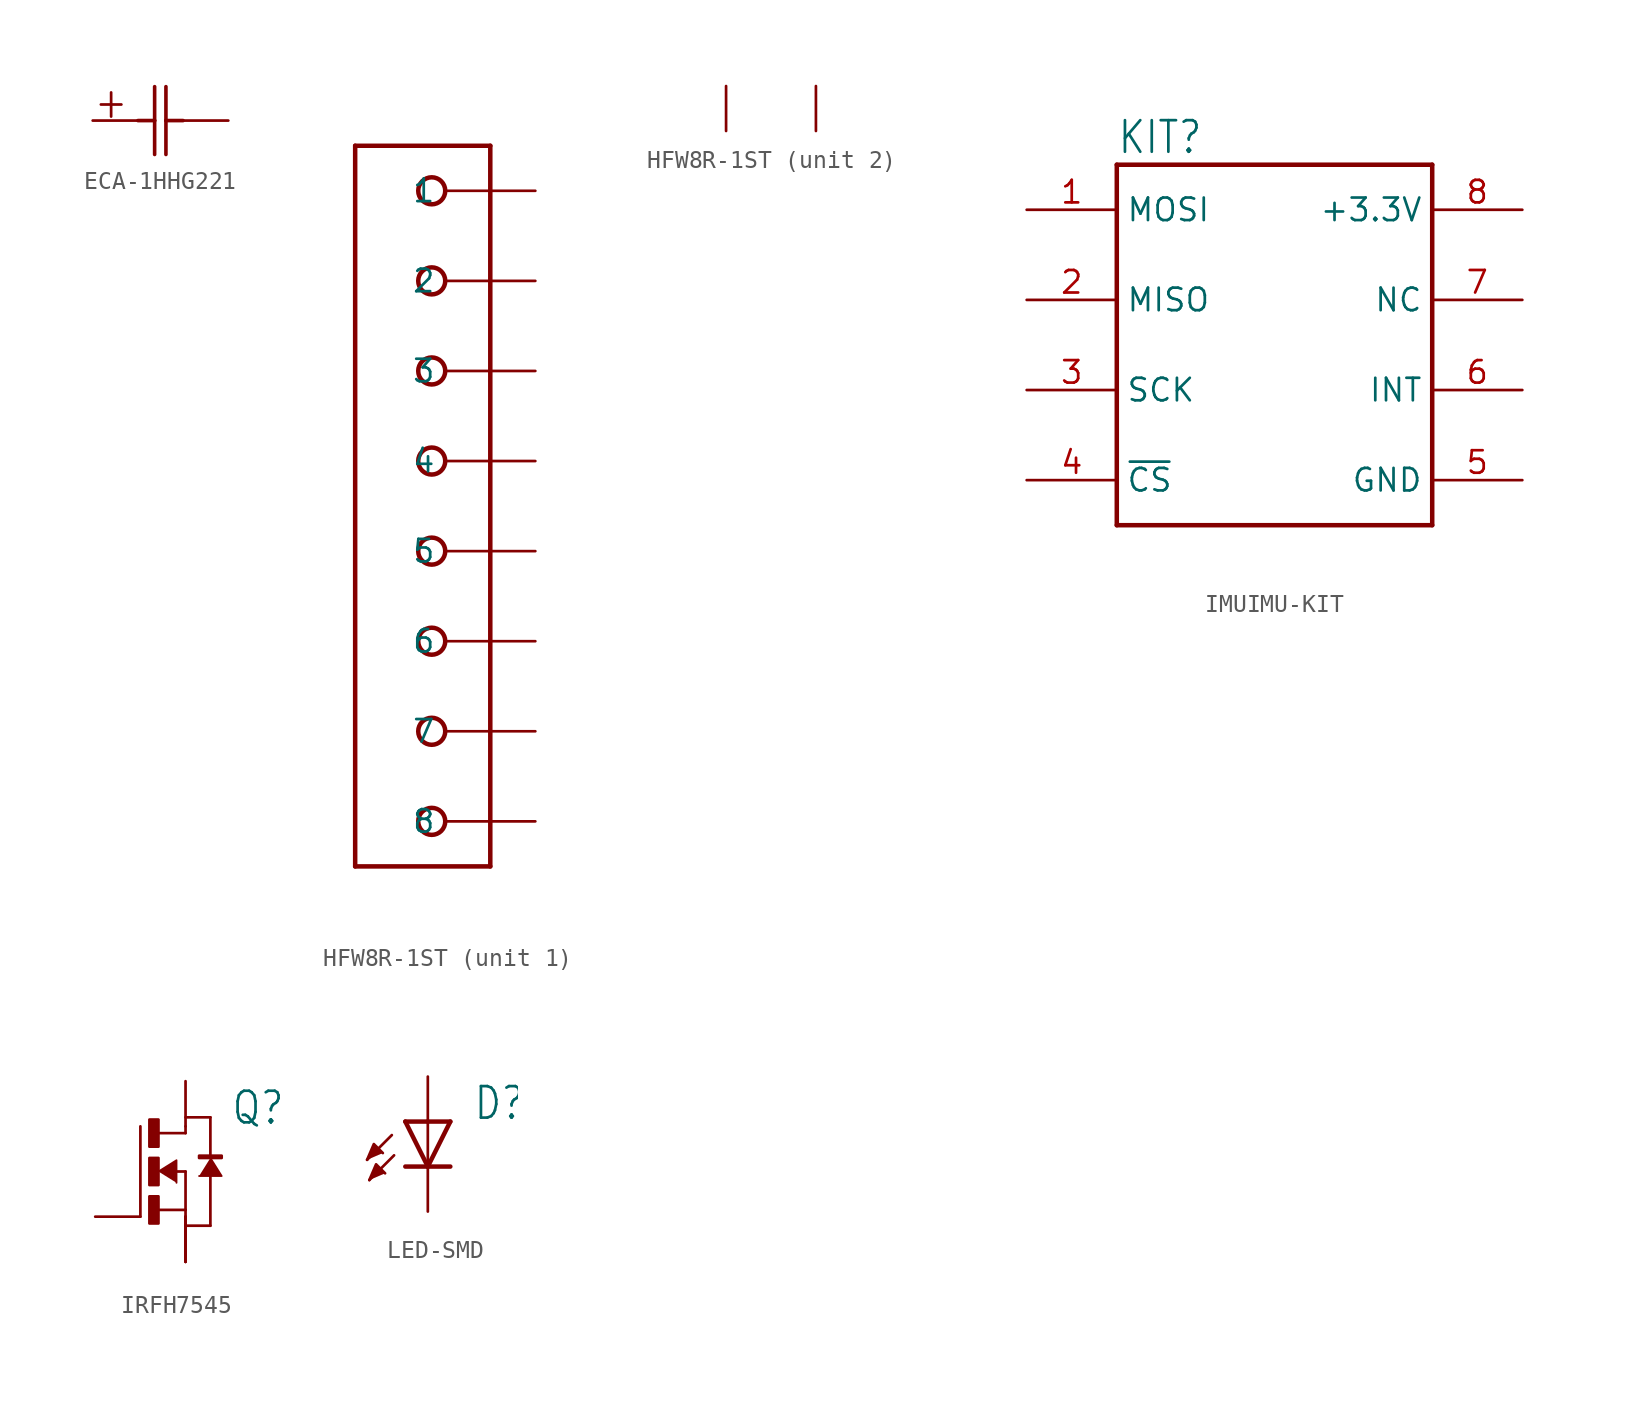
<source format=kicad_sym>
(kicad_symbol_lib
  (version 20220914)
  (generator kicad_symbol_editor)
  (symbol "ECA-1HHG221"
    (property "Reference" "C"
      (at -6.629 2.083 0)
      (effects (font (size 3.48 2.958)) (justify left bottom) hide))
    (property "ki_locked" ""
      (at 0 0 0)
      (effects (font (size 1.27 1.27))))
    (symbol "ECA-1HHG221_1_0"
      (polyline (pts (xy 0 0) (xy 0.94 0)) (stroke (width 0.203) (type solid)) (fill (type none)))
      (polyline (pts (xy 0.94 -1.905) (xy 0.94 0)) (stroke (width 0.203) (type solid)) (fill (type none)))
      (polyline (pts (xy 0.94 0) (xy 0.94 1.905)) (stroke (width 0.203) (type solid)) (fill (type none)))
      (polyline (pts (xy 1.575 -1.905) (xy 1.575 0)) (stroke (width 0.203) (type solid)) (fill (type none)))
      (polyline (pts (xy 1.575 0) (xy 1.575 1.905)) (stroke (width 0.203) (type solid)) (fill (type none)))
      (polyline (pts (xy 1.575 0) (xy 2.54 0)) (stroke (width 0.203) (type solid)) (fill (type none)))
      (text "+" (at -2.54 0 0) (effects (font (size 1.778 1.511)) (justify left bottom)))
      (pin passive line (at -2.54 0 0) (length 2.54) (name "11" (effects (font (size 0 0)))) (number "1" (effects (font (size 0 0)))))
      (pin passive line (at 5.08 0 180) (length 2.54) (name "22" (effects (font (size 0 0)))) (number "2" (effects (font (size 0 0)))))))
  (symbol "HFW8R-1ST"
    (property "Reference" "J"
      (at -5.08 22.86 0)
      (effects (font (size 1.778 1.778)) (justify left top) hide))
    (property "ki_locked" ""
      (at 0 0 0)
      (effects (font (size 1.27 1.27))))
    (symbol "HFW8R-1ST_1_0"
      (circle (center -0.762 -17.78) (radius 0.762) (stroke (width 0.254) (type solid)) (fill (type none)))
      (circle (center -0.762 -12.7) (radius 0.762) (stroke (width 0.254) (type solid)) (fill (type none)))
      (circle (center -0.762 -7.62) (radius 0.762) (stroke (width 0.254) (type solid)) (fill (type none)))
      (circle (center -0.762 -2.54) (radius 0.762) (stroke (width 0.254) (type solid)) (fill (type none)))
      (circle (center -0.762 2.54) (radius 0.762) (stroke (width 0.254) (type solid)) (fill (type none)))
      (circle (center -0.762 7.62) (radius 0.762) (stroke (width 0.254) (type solid)) (fill (type none)))
      (circle (center -0.762 12.7) (radius 0.762) (stroke (width 0.254) (type solid)) (fill (type none)))
      (circle (center -0.762 17.78) (radius 0.762) (stroke (width 0.254) (type solid)) (fill (type none)))
      (polyline (pts (xy -5.08 -20.32) (xy 2.54 -20.32)) (stroke (width 0.254) (type solid)) (fill (type none)))
      (polyline (pts (xy -5.08 20.32) (xy -5.08 -20.32)) (stroke (width 0.254) (type solid)) (fill (type none)))
      (polyline (pts (xy 2.54 -20.32) (xy 2.54 20.32)) (stroke (width 0.254) (type solid)) (fill (type none)))
      (polyline (pts (xy 2.54 20.32) (xy -5.08 20.32)) (stroke (width 0.254) (type solid)) (fill (type none)))
      (pin passive line (at 5.08 17.78 180) (length 5.08) (name "1" (effects (font (size 1.27 1.27)))) (number "1" (effects (font (size 0 0)))))
      (pin passive line (at 5.08 12.7 180) (length 5.08) (name "2" (effects (font (size 1.27 1.27)))) (number "2" (effects (font (size 0 0)))))
      (pin passive line (at 5.08 7.62 180) (length 5.08) (name "3" (effects (font (size 1.27 1.27)))) (number "3" (effects (font (size 0 0)))))
      (pin passive line (at 5.08 2.54 180) (length 5.08) (name "4" (effects (font (size 1.27 1.27)))) (number "4" (effects (font (size 0 0)))))
      (pin passive line (at 5.08 -2.54 180) (length 5.08) (name "5" (effects (font (size 1.27 1.27)))) (number "5" (effects (font (size 0 0)))))
      (pin passive line (at 5.08 -7.62 180) (length 5.08) (name "6" (effects (font (size 1.27 1.27)))) (number "6" (effects (font (size 0 0)))))
      (pin passive line (at 5.08 -12.7 180) (length 5.08) (name "7" (effects (font (size 1.27 1.27)))) (number "7" (effects (font (size 0 0)))))
      (pin passive line (at 5.08 -17.78 180) (length 5.08) (name "8" (effects (font (size 1.27 1.27)))) (number "8" (effects (font (size 0 0))))))
    (symbol "HFW8R-1ST_2_0"
      (pin passive line (at -2.54 -2.54 90) (length 2.54) (name "LEG1" (effects (font (size 0 0)))) (number "LEG1" (effects (font (size 0 0)))))
      (pin passive line (at 2.54 -2.54 90) (length 2.54) (name "LEG2" (effects (font (size 0 0)))) (number "LEG2" (effects (font (size 0 0)))))))
  (symbol "IMUIMU-KIT"
    (property "Reference" "KIT"
      (at -8.89 10.668 0)
      (effects (font (size 1.778 1.511)) (justify left bottom)))
    (property "Value" ""
      (at -8.89 -10.668 0)
      (effects (font (size 1.778 1.511)) (justify left top)))
    (property "ki_locked" ""
      (at 0 0 0)
      (effects (font (size 1.27 1.27))))
    (symbol "IMUIMU-KIT_1_0"
      (polyline (pts (xy -8.89 -10.16) (xy -8.89 10.16)) (stroke (width 0.254) (type solid)) (fill (type none)))
      (polyline (pts (xy -8.89 10.16) (xy 8.89 10.16)) (stroke (width 0.254) (type solid)) (fill (type none)))
      (polyline (pts (xy 8.89 -10.16) (xy -8.89 -10.16)) (stroke (width 0.254) (type solid)) (fill (type none)))
      (polyline (pts (xy 8.89 10.16) (xy 8.89 -10.16)) (stroke (width 0.254) (type solid)) (fill (type none)))
      (pin bidirectional line (at -13.97 7.62 0) (length 5.08) (name "MOSI" (effects (font (size 1.27 1.27)))) (number "1" (effects (font (size 1.27 1.27)))))
      (pin bidirectional line (at -13.97 2.54 0) (length 5.08) (name "MISO" (effects (font (size 1.27 1.27)))) (number "2" (effects (font (size 1.27 1.27)))))
      (pin bidirectional line (at -13.97 -2.54 0) (length 5.08) (name "SCK" (effects (font (size 1.27 1.27)))) (number "3" (effects (font (size 1.27 1.27)))))
      (pin bidirectional line (at -13.97 -7.62 0) (length 5.08) (name "~{CS}" (effects (font (size 1.27 1.27)))) (number "4" (effects (font (size 1.27 1.27)))))
      (pin bidirectional line (at 13.97 -7.62 180) (length 5.08) (name "GND" (effects (font (size 1.27 1.27)))) (number "5" (effects (font (size 1.27 1.27)))))
      (pin bidirectional line (at 13.97 -2.54 180) (length 5.08) (name "INT" (effects (font (size 1.27 1.27)))) (number "6" (effects (font (size 1.27 1.27)))))
      (pin bidirectional line (at 13.97 2.54 180) (length 5.08) (name "NC" (effects (font (size 1.27 1.27)))) (number "7" (effects (font (size 1.27 1.27)))))
      (pin bidirectional line (at 13.97 7.62 180) (length 5.08) (name "+3.3V" (effects (font (size 1.27 1.27)))) (number "8" (effects (font (size 1.27 1.27)))))))
  (symbol "IRFH7545"
    (property "Reference" "Q"
      (at 2.54 2.54 0)
      (effects (font (size 1.778 1.511)) (justify left bottom)))
    (property "Value" ""
      (at 2.54 0 0)
      (effects (font (size 1.778 1.511)) (justify left bottom)))
    (property "ki_locked" ""
      (at 0 0 0)
      (effects (font (size 1.27 1.27))))
    (symbol "IRFH7545_1_0"
      (rectangle (start -2.032 -2.921) (end -1.524 -1.397) (stroke (width 0) (type default)) (fill (type outline)))
      (rectangle (start -2.032 -0.762) (end -1.524 0.762) (stroke (width 0) (type default)) (fill (type outline)))
      (rectangle (start -2.032 1.397) (end -1.524 2.921) (stroke (width 0) (type default)) (fill (type outline)))
      (polyline (pts (xy -2.54 -2.54) (xy -2.54 2.54)) (stroke (width 0.152) (type solid)) (fill (type none)))
      (polyline (pts (xy -1.524 -2.159) (xy 0 -2.159)) (stroke (width 0.152) (type solid)) (fill (type none)))
      (polyline (pts (xy -1.524 2.159) (xy 0 2.159)) (stroke (width 0.152) (type solid)) (fill (type none)))
      (polyline (pts (xy -0.508 0) (xy 0 0)) (stroke (width 0.152) (type solid)) (fill (type none)))
      (polyline (pts (xy 0 -2.159) (xy 0 -2.54)) (stroke (width 0.152) (type solid)) (fill (type none)))
      (polyline (pts (xy 0 0) (xy 0 -2.159)) (stroke (width 0.152) (type solid)) (fill (type none)))
      (polyline (pts (xy 0 2.159) (xy 0 2.54)) (stroke (width 0.152) (type solid)) (fill (type none)))
      (polyline (pts (xy 0 3.048) (xy 1.397 3.048)) (stroke (width 0.152) (type solid)) (fill (type none)))
      (polyline (pts (xy 1.397 -3.048) (xy 0 -3.048)) (stroke (width 0.152) (type solid)) (fill (type none)))
      (polyline (pts (xy 1.397 -0.254) (xy 1.397 -3.048)) (stroke (width 0.152) (type solid)) (fill (type none)))
      (polyline (pts (xy 1.397 3.048) (xy 1.397 0.762)) (stroke (width 0.152) (type solid)) (fill (type none)))
      (polyline (pts (xy -1.524 0) (xy -0.508 0.635) (xy -0.508 -0.635)) (stroke (width 0.102) (type solid)) (fill (type outline)))
      (polyline (pts (xy 1.397 0.762) (xy 2.032 -0.254) (xy 0.762 -0.254)) (stroke (width 0.102) (type solid)) (fill (type outline)))
      (rectangle (start 0.762 0.762) (end 2.032 0.889) (stroke (width 0) (type default)) (fill (type outline)))
      (pin passive line (at 0 -5.08 90) (length 2.54) (name "S" (effects (font (size 0 0)))) (number "1" (effects (font (size 0 0)))))
      (pin passive line (at 0 -5.08 90) (length 2.54) (name "S" (effects (font (size 0 0)))) (number "2" (effects (font (size 0 0)))))
      (pin passive line (at 0 -5.08 90) (length 2.54) (name "S" (effects (font (size 0 0)))) (number "3" (effects (font (size 0 0)))))
      (pin passive line (at -5.08 -2.54 0) (length 2.54) (name "G" (effects (font (size 0 0)))) (number "4" (effects (font (size 0 0)))))
      (pin passive line (at 0 5.08 270) (length 2.54) (name "D" (effects (font (size 0 0)))) (number "5678" (effects (font (size 0 0)))))))
  (symbol "LED-SMD"
    (property "Reference" "D"
      (at 2.54 2.54 0)
      (effects (font (size 1.778 1.511)) (justify left bottom)))
    (property "Value" ""
      (at 2.54 0 0)
      (effects (font (size 1.778 1.511)) (justify left bottom)))
    (property "ki_locked" ""
      (at 0 0 0)
      (effects (font (size 1.27 1.27))))
    (symbol "LED-SMD_1_0"
      (polyline (pts (xy -2.032 1.778) (xy -3.429 0.381)) (stroke (width 0.152) (type solid)) (fill (type none)))
      (polyline (pts (xy -1.905 0.635) (xy -3.302 -0.762)) (stroke (width 0.152) (type solid)) (fill (type none)))
      (polyline (pts (xy 0 0) (xy -1.27 0)) (stroke (width 0.254) (type solid)) (fill (type none)))
      (polyline (pts (xy 0 0) (xy -1.27 2.54)) (stroke (width 0.254) (type solid)) (fill (type none)))
      (polyline (pts (xy 0 2.54) (xy -1.27 2.54)) (stroke (width 0.254) (type solid)) (fill (type none)))
      (polyline (pts (xy 0 2.54) (xy 0 0)) (stroke (width 0.152) (type solid)) (fill (type none)))
      (polyline (pts (xy 1.27 0) (xy 0 0)) (stroke (width 0.254) (type solid)) (fill (type none)))
      (polyline (pts (xy 1.27 2.54) (xy 0 0)) (stroke (width 0.254) (type solid)) (fill (type none)))
      (polyline (pts (xy 1.27 2.54) (xy 0 2.54)) (stroke (width 0.254) (type solid)) (fill (type none)))
      (polyline (pts (xy -3.429 0.381) (xy -3.048 1.27) (xy -2.54 0.762)) (stroke (width 0.152) (type solid)) (fill (type outline)))
      (polyline (pts (xy -3.302 -0.762) (xy -2.921 0.127) (xy -2.413 -0.381)) (stroke (width 0.152) (type solid)) (fill (type outline)))
      (pin passive line (at 0 5.08 270) (length 2.54) (name "A" (effects (font (size 0 0)))) (number "A" (effects (font (size 0 0)))))
      (pin passive line (at 0 -2.54 90) (length 2.54) (name "K" (effects (font (size 0 0)))) (number "C" (effects (font (size 0 0))))))))
</source>
